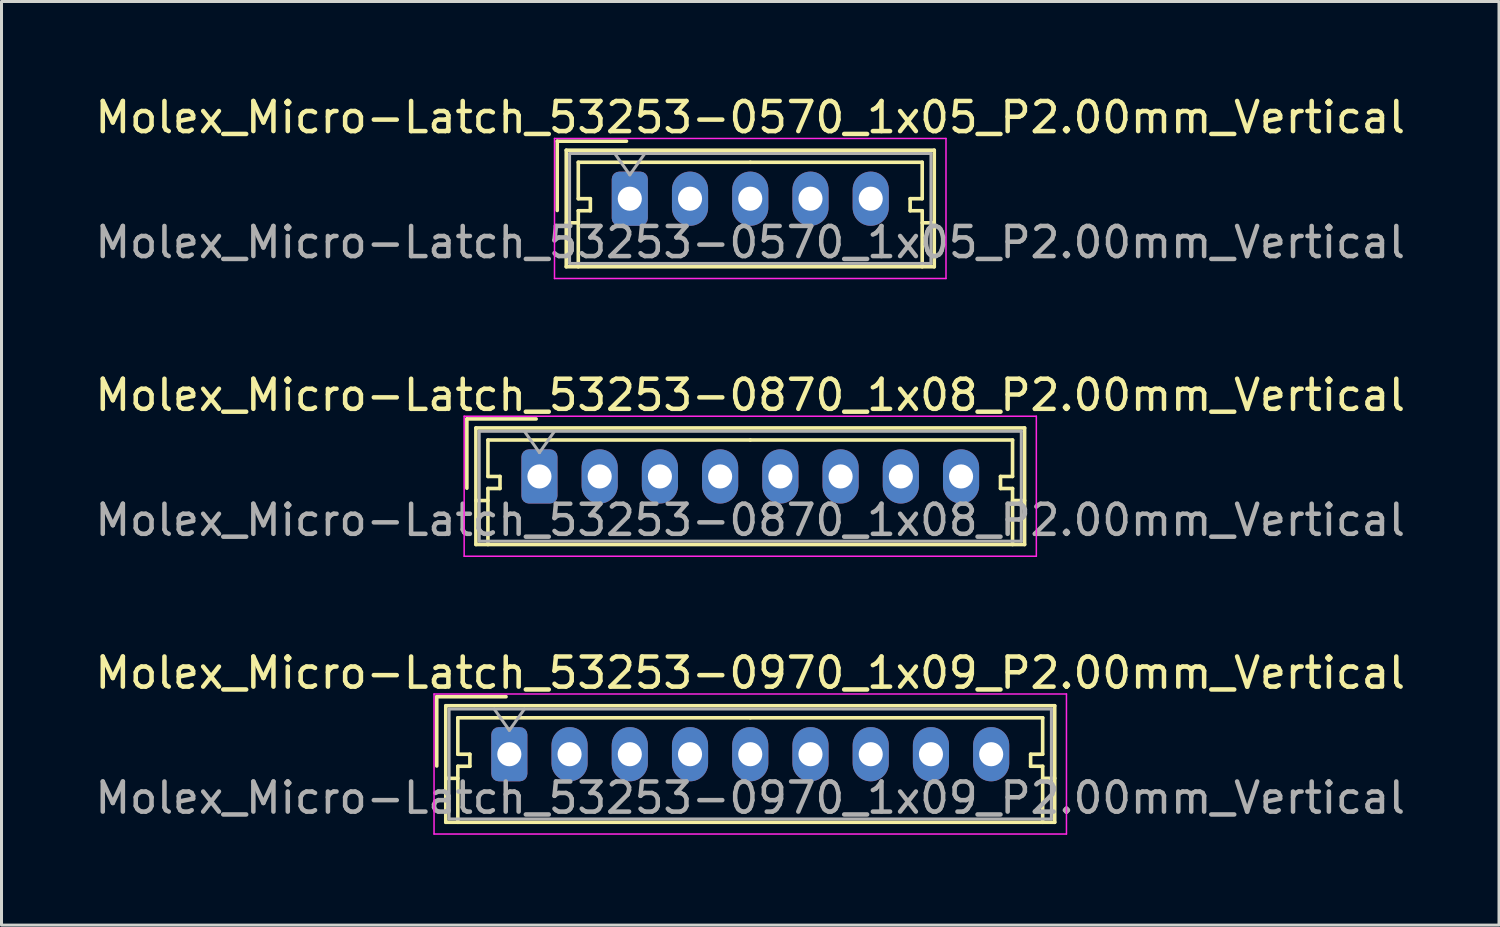
<source format=kicad_pcb>
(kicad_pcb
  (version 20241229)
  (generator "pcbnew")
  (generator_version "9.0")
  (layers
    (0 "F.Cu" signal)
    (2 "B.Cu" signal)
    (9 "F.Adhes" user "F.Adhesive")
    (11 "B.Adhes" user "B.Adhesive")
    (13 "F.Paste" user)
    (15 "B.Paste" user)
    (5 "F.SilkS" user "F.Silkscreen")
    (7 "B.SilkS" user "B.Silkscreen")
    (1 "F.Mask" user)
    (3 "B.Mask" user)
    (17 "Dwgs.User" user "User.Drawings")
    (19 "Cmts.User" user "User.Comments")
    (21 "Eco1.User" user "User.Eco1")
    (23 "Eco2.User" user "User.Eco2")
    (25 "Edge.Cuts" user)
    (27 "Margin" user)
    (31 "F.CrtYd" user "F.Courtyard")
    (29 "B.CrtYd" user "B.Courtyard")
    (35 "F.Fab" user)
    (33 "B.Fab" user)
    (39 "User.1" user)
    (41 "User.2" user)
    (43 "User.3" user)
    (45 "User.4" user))
  (footprint "Molex_Micro-Latch_53253-0570_1x05_P2.00mm_Vertical"
    (layer "F.Cu")
    (at 17.863 3.548)
    (property "Reference" "Molex_Micro-Latch_53253-0570_1x05_P2.00mm_Vertical" (at 4 -2.7 0) (layer "F.SilkS") (effects (font (size 1 1) (thickness 0.15))))
    (attr through_hole)
    (fp_line (start -2.41 -1.91) (end -2.41 0.39) (stroke (width 0.12) (type solid)) (layer "F.SilkS"))
    (fp_line (start -2.11 -1.61) (end -2.11 2.26) (stroke (width 0.12) (type solid)) (layer "F.SilkS"))
    (fp_line (start -2.11 0.8) (end -1.71 0.8) (stroke (width 0.12) (type solid)) (layer "F.SilkS"))
    (fp_line (start -2.11 2.26) (end 10.11 2.26) (stroke (width 0.12) (type solid)) (layer "F.SilkS"))
    (fp_line (start -1.71 -1.21) (end -1.71 0) (stroke (width 0.12) (type solid)) (layer "F.SilkS"))
    (fp_line (start -1.71 0) (end -1.31 0) (stroke (width 0.12) (type solid)) (layer "F.SilkS"))
    (fp_line (start -1.71 0.4) (end -1.71 2.26) (stroke (width 0.12) (type solid)) (layer "F.SilkS"))
    (fp_line (start -1.31 0) (end -1.31 0.4) (stroke (width 0.12) (type solid)) (layer "F.SilkS"))
    (fp_line (start -1.31 0.4) (end -1.71 0.4) (stroke (width 0.12) (type solid)) (layer "F.SilkS"))
    (fp_line (start -0.11 -1.91) (end -2.41 -1.91) (stroke (width 0.12) (type solid)) (layer "F.SilkS"))
    (fp_line (start 4 -1.21) (end -1.71 -1.21) (stroke (width 0.12) (type solid)) (layer "F.SilkS"))
    (fp_line (start 4 -1.21) (end 9.71 -1.21) (stroke (width 0.12) (type solid)) (layer "F.SilkS"))
    (fp_line (start 9.31 0) (end 9.31 0.4) (stroke (width 0.12) (type solid)) (layer "F.SilkS"))
    (fp_line (start 9.31 0.4) (end 9.71 0.4) (stroke (width 0.12) (type solid)) (layer "F.SilkS"))
    (fp_line (start 9.71 -1.21) (end 9.71 0) (stroke (width 0.12) (type solid)) (layer "F.SilkS"))
    (fp_line (start 9.71 0) (end 9.31 0) (stroke (width 0.12) (type solid)) (layer "F.SilkS"))
    (fp_line (start 9.71 0.4) (end 9.71 2.26) (stroke (width 0.12) (type solid)) (layer "F.SilkS"))
    (fp_line (start 10.11 -1.61) (end -2.11 -1.61) (stroke (width 0.12) (type solid)) (layer "F.SilkS"))
    (fp_line (start 10.11 0.8) (end 9.71 0.8) (stroke (width 0.12) (type solid)) (layer "F.SilkS"))
    (fp_line (start 10.11 2.26) (end 10.11 -1.61) (stroke (width 0.12) (type solid)) (layer "F.SilkS"))
    (fp_line (start -2.5 -2) (end -2.5 2.65) (stroke (width 0.05) (type solid)) (layer "F.CrtYd"))
    (fp_line (start -2.5 2.65) (end 10.5 2.65) (stroke (width 0.05) (type solid)) (layer "F.CrtYd"))
    (fp_line (start 10.5 -2) (end -2.5 -2) (stroke (width 0.05) (type solid)) (layer "F.CrtYd"))
    (fp_line (start 10.5 2.65) (end 10.5 -2) (stroke (width 0.05) (type solid)) (layer "F.CrtYd"))
    (fp_line (start -2 -1.5) (end -2 2.15) (stroke (width 0.1) (type solid)) (layer "F.Fab"))
    (fp_line (start -2 2.15) (end 10 2.15) (stroke (width 0.1) (type solid)) (layer "F.Fab"))
    (fp_line (start -0.5 -1.5) (end 0 -0.793) (stroke (width 0.1) (type solid)) (layer "F.Fab"))
    (fp_line (start 0 -0.793) (end 0.5 -1.5) (stroke (width 0.1) (type solid)) (layer "F.Fab"))
    (fp_line (start 10 -1.5) (end -2 -1.5) (stroke (width 0.1) (type solid)) (layer "F.Fab"))
    (fp_line (start 10 2.15) (end 10 -1.5) (stroke (width 0.1) (type solid)) (layer "F.Fab"))
    (fp_text user "${REFERENCE}" (at 4 1.45 0) (layer "F.Fab") (effects (font (size 1 1) (thickness 0.15))))
    (pad "1" thru_hole roundrect (at 0 0) (size 1.2 1.8) (drill 0.8) (layers "*.Cu" "*.Mask") (roundrect_rratio 0.208))
    (pad "2" thru_hole oval (at 2 0) (size 1.2 1.8) (drill 0.8) (layers "*.Cu" "*.Mask"))
    (pad "3" thru_hole oval (at 4 0) (size 1.2 1.8) (drill 0.8) (layers "*.Cu" "*.Mask"))
    (pad "4" thru_hole oval (at 6 0) (size 1.2 1.8) (drill 0.8) (layers "*.Cu" "*.Mask"))
    (pad "5" thru_hole oval (at 8 0) (size 1.2 1.8) (drill 0.8) (layers "*.Cu" "*.Mask")))
  (footprint "Molex_Micro-Latch_53253-0870_1x08_P2.00mm_Vertical"
    (layer "F.Cu")
    (at 14.863 12.771)
    (property "Reference" "Molex_Micro-Latch_53253-0870_1x08_P2.00mm_Vertical" (at 7 -2.7 0) (layer "F.SilkS") (effects (font (size 1 1) (thickness 0.15))))
    (attr through_hole)
    (fp_line (start -2.41 -1.91) (end -2.41 0.39) (stroke (width 0.12) (type solid)) (layer "F.SilkS"))
    (fp_line (start -2.11 -1.61) (end -2.11 2.26) (stroke (width 0.12) (type solid)) (layer "F.SilkS"))
    (fp_line (start -2.11 0.8) (end -1.71 0.8) (stroke (width 0.12) (type solid)) (layer "F.SilkS"))
    (fp_line (start -2.11 2.26) (end 16.11 2.26) (stroke (width 0.12) (type solid)) (layer "F.SilkS"))
    (fp_line (start -1.71 -1.21) (end -1.71 0) (stroke (width 0.12) (type solid)) (layer "F.SilkS"))
    (fp_line (start -1.71 0) (end -1.31 0) (stroke (width 0.12) (type solid)) (layer "F.SilkS"))
    (fp_line (start -1.71 0.4) (end -1.71 2.26) (stroke (width 0.12) (type solid)) (layer "F.SilkS"))
    (fp_line (start -1.31 0) (end -1.31 0.4) (stroke (width 0.12) (type solid)) (layer "F.SilkS"))
    (fp_line (start -1.31 0.4) (end -1.71 0.4) (stroke (width 0.12) (type solid)) (layer "F.SilkS"))
    (fp_line (start -0.11 -1.91) (end -2.41 -1.91) (stroke (width 0.12) (type solid)) (layer "F.SilkS"))
    (fp_line (start 7 -1.21) (end -1.71 -1.21) (stroke (width 0.12) (type solid)) (layer "F.SilkS"))
    (fp_line (start 7 -1.21) (end 15.71 -1.21) (stroke (width 0.12) (type solid)) (layer "F.SilkS"))
    (fp_line (start 15.31 0) (end 15.31 0.4) (stroke (width 0.12) (type solid)) (layer "F.SilkS"))
    (fp_line (start 15.31 0.4) (end 15.71 0.4) (stroke (width 0.12) (type solid)) (layer "F.SilkS"))
    (fp_line (start 15.71 -1.21) (end 15.71 0) (stroke (width 0.12) (type solid)) (layer "F.SilkS"))
    (fp_line (start 15.71 0) (end 15.31 0) (stroke (width 0.12) (type solid)) (layer "F.SilkS"))
    (fp_line (start 15.71 0.4) (end 15.71 2.26) (stroke (width 0.12) (type solid)) (layer "F.SilkS"))
    (fp_line (start 16.11 -1.61) (end -2.11 -1.61) (stroke (width 0.12) (type solid)) (layer "F.SilkS"))
    (fp_line (start 16.11 0.8) (end 15.71 0.8) (stroke (width 0.12) (type solid)) (layer "F.SilkS"))
    (fp_line (start 16.11 2.26) (end 16.11 -1.61) (stroke (width 0.12) (type solid)) (layer "F.SilkS"))
    (fp_line (start -2.5 -2) (end -2.5 2.65) (stroke (width 0.05) (type solid)) (layer "F.CrtYd"))
    (fp_line (start -2.5 2.65) (end 16.5 2.65) (stroke (width 0.05) (type solid)) (layer "F.CrtYd"))
    (fp_line (start 16.5 -2) (end -2.5 -2) (stroke (width 0.05) (type solid)) (layer "F.CrtYd"))
    (fp_line (start 16.5 2.65) (end 16.5 -2) (stroke (width 0.05) (type solid)) (layer "F.CrtYd"))
    (fp_line (start -2 -1.5) (end -2 2.15) (stroke (width 0.1) (type solid)) (layer "F.Fab"))
    (fp_line (start -2 2.15) (end 16 2.15) (stroke (width 0.1) (type solid)) (layer "F.Fab"))
    (fp_line (start -0.5 -1.5) (end 0 -0.793) (stroke (width 0.1) (type solid)) (layer "F.Fab"))
    (fp_line (start 0 -0.793) (end 0.5 -1.5) (stroke (width 0.1) (type solid)) (layer "F.Fab"))
    (fp_line (start 16 -1.5) (end -2 -1.5) (stroke (width 0.1) (type solid)) (layer "F.Fab"))
    (fp_line (start 16 2.15) (end 16 -1.5) (stroke (width 0.1) (type solid)) (layer "F.Fab"))
    (fp_text user "${REFERENCE}" (at 7 1.45 0) (layer "F.Fab") (effects (font (size 1 1) (thickness 0.15))))
    (pad "1" thru_hole roundrect (at 0 0) (size 1.2 1.8) (drill 0.8) (layers "*.Cu" "*.Mask") (roundrect_rratio 0.208))
    (pad "2" thru_hole oval (at 2 0) (size 1.2 1.8) (drill 0.8) (layers "*.Cu" "*.Mask"))
    (pad "3" thru_hole oval (at 4 0) (size 1.2 1.8) (drill 0.8) (layers "*.Cu" "*.Mask"))
    (pad "4" thru_hole oval (at 6 0) (size 1.2 1.8) (drill 0.8) (layers "*.Cu" "*.Mask"))
    (pad "5" thru_hole oval (at 8 0) (size 1.2 1.8) (drill 0.8) (layers "*.Cu" "*.Mask"))
    (pad "6" thru_hole oval (at 10 0) (size 1.2 1.8) (drill 0.8) (layers "*.Cu" "*.Mask"))
    (pad "7" thru_hole oval (at 12 0) (size 1.2 1.8) (drill 0.8) (layers "*.Cu" "*.Mask"))
    (pad "8" thru_hole oval (at 14 0) (size 1.2 1.8) (drill 0.8) (layers "*.Cu" "*.Mask")))
  (footprint "Molex_Micro-Latch_53253-0970_1x09_P2.00mm_Vertical"
    (layer "F.Cu")
    (at 13.863 21.995)
    (property "Reference" "Molex_Micro-Latch_53253-0970_1x09_P2.00mm_Vertical" (at 8 -2.7 0) (layer "F.SilkS") (effects (font (size 1 1) (thickness 0.15))))
    (attr through_hole)
    (fp_line (start -2.41 -1.91) (end -2.41 0.39) (stroke (width 0.12) (type solid)) (layer "F.SilkS"))
    (fp_line (start -2.11 -1.61) (end -2.11 2.26) (stroke (width 0.12) (type solid)) (layer "F.SilkS"))
    (fp_line (start -2.11 0.8) (end -1.71 0.8) (stroke (width 0.12) (type solid)) (layer "F.SilkS"))
    (fp_line (start -2.11 2.26) (end 18.11 2.26) (stroke (width 0.12) (type solid)) (layer "F.SilkS"))
    (fp_line (start -1.71 -1.21) (end -1.71 0) (stroke (width 0.12) (type solid)) (layer "F.SilkS"))
    (fp_line (start -1.71 0) (end -1.31 0) (stroke (width 0.12) (type solid)) (layer "F.SilkS"))
    (fp_line (start -1.71 0.4) (end -1.71 2.26) (stroke (width 0.12) (type solid)) (layer "F.SilkS"))
    (fp_line (start -1.31 0) (end -1.31 0.4) (stroke (width 0.12) (type solid)) (layer "F.SilkS"))
    (fp_line (start -1.31 0.4) (end -1.71 0.4) (stroke (width 0.12) (type solid)) (layer "F.SilkS"))
    (fp_line (start -0.11 -1.91) (end -2.41 -1.91) (stroke (width 0.12) (type solid)) (layer "F.SilkS"))
    (fp_line (start 8 -1.21) (end -1.71 -1.21) (stroke (width 0.12) (type solid)) (layer "F.SilkS"))
    (fp_line (start 8 -1.21) (end 17.71 -1.21) (stroke (width 0.12) (type solid)) (layer "F.SilkS"))
    (fp_line (start 17.31 0) (end 17.31 0.4) (stroke (width 0.12) (type solid)) (layer "F.SilkS"))
    (fp_line (start 17.31 0.4) (end 17.71 0.4) (stroke (width 0.12) (type solid)) (layer "F.SilkS"))
    (fp_line (start 17.71 -1.21) (end 17.71 0) (stroke (width 0.12) (type solid)) (layer "F.SilkS"))
    (fp_line (start 17.71 0) (end 17.31 0) (stroke (width 0.12) (type solid)) (layer "F.SilkS"))
    (fp_line (start 17.71 0.4) (end 17.71 2.26) (stroke (width 0.12) (type solid)) (layer "F.SilkS"))
    (fp_line (start 18.11 -1.61) (end -2.11 -1.61) (stroke (width 0.12) (type solid)) (layer "F.SilkS"))
    (fp_line (start 18.11 0.8) (end 17.71 0.8) (stroke (width 0.12) (type solid)) (layer "F.SilkS"))
    (fp_line (start 18.11 2.26) (end 18.11 -1.61) (stroke (width 0.12) (type solid)) (layer "F.SilkS"))
    (fp_line (start -2.5 -2) (end -2.5 2.65) (stroke (width 0.05) (type solid)) (layer "F.CrtYd"))
    (fp_line (start -2.5 2.65) (end 18.5 2.65) (stroke (width 0.05) (type solid)) (layer "F.CrtYd"))
    (fp_line (start 18.5 -2) (end -2.5 -2) (stroke (width 0.05) (type solid)) (layer "F.CrtYd"))
    (fp_line (start 18.5 2.65) (end 18.5 -2) (stroke (width 0.05) (type solid)) (layer "F.CrtYd"))
    (fp_line (start -2 -1.5) (end -2 2.15) (stroke (width 0.1) (type solid)) (layer "F.Fab"))
    (fp_line (start -2 2.15) (end 18 2.15) (stroke (width 0.1) (type solid)) (layer "F.Fab"))
    (fp_line (start -0.5 -1.5) (end 0 -0.793) (stroke (width 0.1) (type solid)) (layer "F.Fab"))
    (fp_line (start 0 -0.793) (end 0.5 -1.5) (stroke (width 0.1) (type solid)) (layer "F.Fab"))
    (fp_line (start 18 -1.5) (end -2 -1.5) (stroke (width 0.1) (type solid)) (layer "F.Fab"))
    (fp_line (start 18 2.15) (end 18 -1.5) (stroke (width 0.1) (type solid)) (layer "F.Fab"))
    (fp_text user "${REFERENCE}" (at 8 1.45 0) (layer "F.Fab") (effects (font (size 1 1) (thickness 0.15))))
    (pad "1" thru_hole roundrect (at 0 0) (size 1.2 1.8) (drill 0.8) (layers "*.Cu" "*.Mask") (roundrect_rratio 0.208))
    (pad "2" thru_hole oval (at 2 0) (size 1.2 1.8) (drill 0.8) (layers "*.Cu" "*.Mask"))
    (pad "3" thru_hole oval (at 4 0) (size 1.2 1.8) (drill 0.8) (layers "*.Cu" "*.Mask"))
    (pad "4" thru_hole oval (at 6 0) (size 1.2 1.8) (drill 0.8) (layers "*.Cu" "*.Mask"))
    (pad "5" thru_hole oval (at 8 0) (size 1.2 1.8) (drill 0.8) (layers "*.Cu" "*.Mask"))
    (pad "6" thru_hole oval (at 10 0) (size 1.2 1.8) (drill 0.8) (layers "*.Cu" "*.Mask"))
    (pad "7" thru_hole oval (at 12 0) (size 1.2 1.8) (drill 0.8) (layers "*.Cu" "*.Mask"))
    (pad "8" thru_hole oval (at 14 0) (size 1.2 1.8) (drill 0.8) (layers "*.Cu" "*.Mask"))
    (pad "9" thru_hole oval (at 16 0) (size 1.2 1.8) (drill 0.8) (layers "*.Cu" "*.Mask")))
  (gr_rect
    (start -3 -3)
    (end 46.726 27.67)
    (stroke (width 0.1) (type default))
    (fill no)
    (layer "Edge.Cuts")))
</source>
